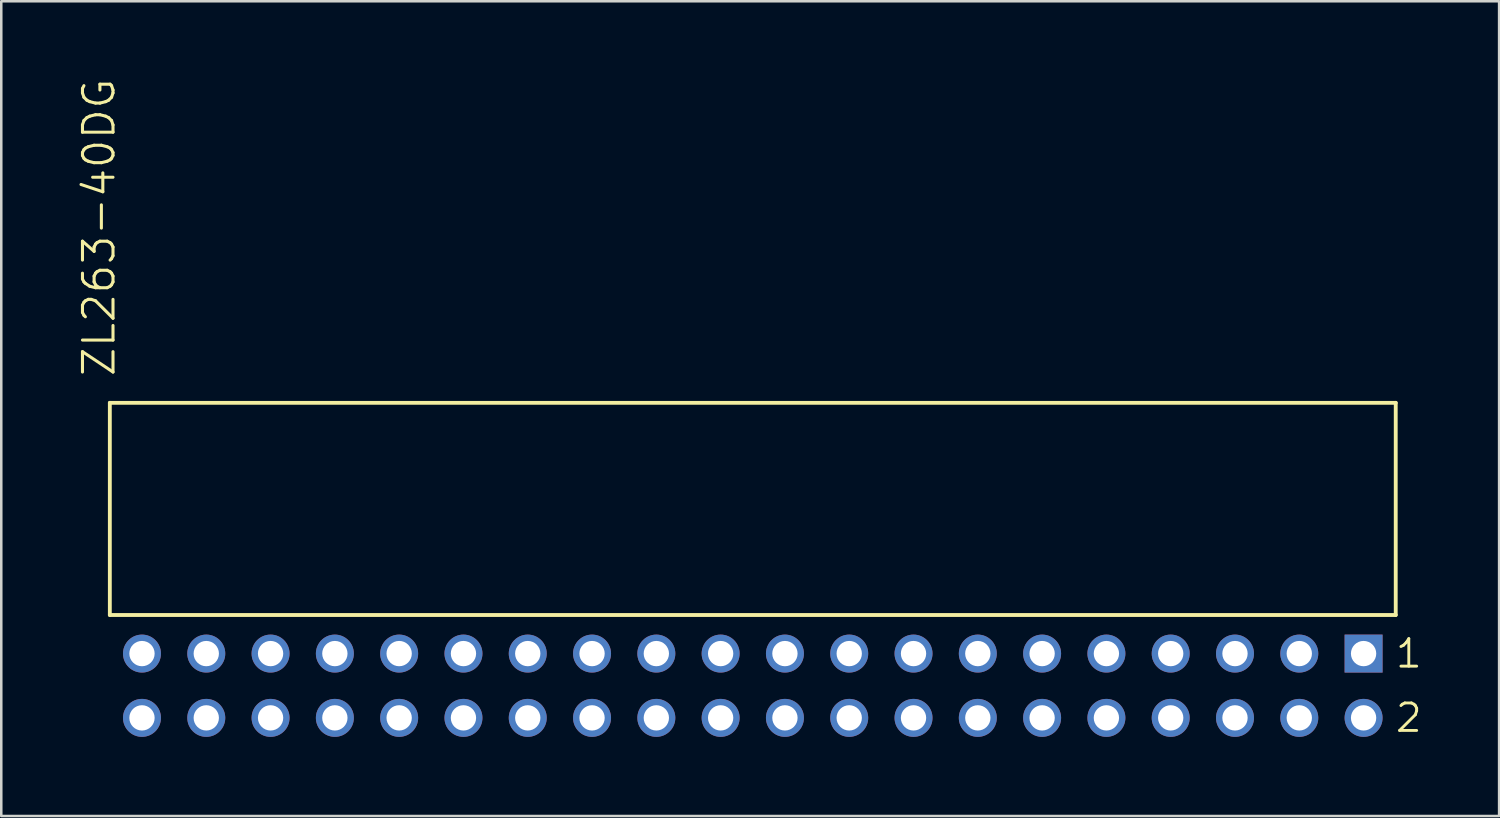
<source format=kicad_pcb>
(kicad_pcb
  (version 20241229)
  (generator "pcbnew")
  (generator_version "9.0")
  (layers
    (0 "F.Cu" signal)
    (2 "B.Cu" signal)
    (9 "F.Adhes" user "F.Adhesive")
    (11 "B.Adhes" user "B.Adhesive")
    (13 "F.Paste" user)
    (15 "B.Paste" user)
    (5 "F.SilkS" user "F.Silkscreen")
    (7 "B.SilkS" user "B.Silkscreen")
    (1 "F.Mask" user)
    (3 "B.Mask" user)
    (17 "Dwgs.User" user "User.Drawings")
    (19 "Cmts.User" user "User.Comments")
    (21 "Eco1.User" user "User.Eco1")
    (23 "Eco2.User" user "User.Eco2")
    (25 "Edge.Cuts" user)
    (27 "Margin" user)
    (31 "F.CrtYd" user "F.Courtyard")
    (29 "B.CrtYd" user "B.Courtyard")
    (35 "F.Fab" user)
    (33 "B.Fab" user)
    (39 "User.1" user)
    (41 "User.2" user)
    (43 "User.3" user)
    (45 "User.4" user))
  (footprint "ZL263-40DG"
    (layer "F.Cu")
    (at 2.559 25.31)
    (property "Reference" "ZL263-40DG" (at -0.991 -13.411 90) (layer "F.SilkS") (effects (font (size 1.206 1.206) (thickness 0.121)) (justify left bottom)))
    (attr through_hole)
    (fp_line (start -1.27 -12.446) (end -1.27 -4.064) (stroke (width 0.152) (type solid)) (layer "F.SilkS"))
    (fp_line (start -1.27 -4.064) (end 49.53 -4.064) (stroke (width 0.152) (type solid)) (layer "F.SilkS"))
    (fp_line (start 49.53 -12.446) (end -1.27 -12.446) (stroke (width 0.152) (type solid)) (layer "F.SilkS"))
    (fp_line (start 49.53 -4.064) (end 49.53 -12.446) (stroke (width 0.152) (type solid)) (layer "F.SilkS"))
    (fp_text user "1" (at 49.454 -1.905 0) (layer "F.SilkS") (effects (font (size 1.086 1.086) (thickness 0.114)) (justify left bottom)))
    (fp_text user "2" (at 49.454 0.635 0) (layer "F.SilkS") (effects (font (size 1.086 1.086) (thickness 0.114)) (justify left bottom)))
    (pad "1" thru_hole rect (at 48.26 -2.54) (size 1.5 1.5) (drill 1) (layers "*.Cu" "*.Mask"))
    (pad "2" thru_hole circle (at 48.26 0) (size 1.5 1.5) (drill 1) (layers "*.Cu" "*.Mask"))
    (pad "3" thru_hole circle (at 45.72 -2.54) (size 1.5 1.5) (drill 1) (layers "*.Cu" "*.Mask"))
    (pad "4" thru_hole circle (at 45.72 0) (size 1.5 1.5) (drill 1) (layers "*.Cu" "*.Mask"))
    (pad "5" thru_hole circle (at 43.18 -2.54) (size 1.5 1.5) (drill 1) (layers "*.Cu" "*.Mask"))
    (pad "6" thru_hole circle (at 43.18 0) (size 1.5 1.5) (drill 1) (layers "*.Cu" "*.Mask"))
    (pad "7" thru_hole circle (at 40.64 -2.54) (size 1.5 1.5) (drill 1) (layers "*.Cu" "*.Mask"))
    (pad "8" thru_hole circle (at 40.64 0) (size 1.5 1.5) (drill 1) (layers "*.Cu" "*.Mask"))
    (pad "9" thru_hole circle (at 38.1 -2.54) (size 1.5 1.5) (drill 1) (layers "*.Cu" "*.Mask"))
    (pad "10" thru_hole circle (at 38.1 0) (size 1.5 1.5) (drill 1) (layers "*.Cu" "*.Mask"))
    (pad "11" thru_hole circle (at 35.56 -2.54) (size 1.5 1.5) (drill 1) (layers "*.Cu" "*.Mask"))
    (pad "12" thru_hole circle (at 35.56 0) (size 1.5 1.5) (drill 1) (layers "*.Cu" "*.Mask"))
    (pad "13" thru_hole circle (at 33.02 -2.54) (size 1.5 1.5) (drill 1) (layers "*.Cu" "*.Mask"))
    (pad "14" thru_hole circle (at 33.02 0) (size 1.5 1.5) (drill 1) (layers "*.Cu" "*.Mask"))
    (pad "15" thru_hole circle (at 30.48 -2.54) (size 1.5 1.5) (drill 1) (layers "*.Cu" "*.Mask"))
    (pad "16" thru_hole circle (at 30.48 0) (size 1.5 1.5) (drill 1) (layers "*.Cu" "*.Mask"))
    (pad "17" thru_hole circle (at 27.94 -2.54) (size 1.5 1.5) (drill 1) (layers "*.Cu" "*.Mask"))
    (pad "18" thru_hole circle (at 27.94 0) (size 1.5 1.5) (drill 1) (layers "*.Cu" "*.Mask"))
    (pad "19" thru_hole circle (at 25.4 -2.54) (size 1.5 1.5) (drill 1) (layers "*.Cu" "*.Mask"))
    (pad "20" thru_hole circle (at 25.4 0) (size 1.5 1.5) (drill 1) (layers "*.Cu" "*.Mask"))
    (pad "21" thru_hole circle (at 22.86 -2.54) (size 1.5 1.5) (drill 1) (layers "*.Cu" "*.Mask"))
    (pad "22" thru_hole circle (at 22.86 0) (size 1.5 1.5) (drill 1) (layers "*.Cu" "*.Mask"))
    (pad "23" thru_hole circle (at 20.32 -2.54) (size 1.5 1.5) (drill 1) (layers "*.Cu" "*.Mask"))
    (pad "24" thru_hole circle (at 20.32 0) (size 1.5 1.5) (drill 1) (layers "*.Cu" "*.Mask"))
    (pad "25" thru_hole circle (at 17.78 -2.54) (size 1.5 1.5) (drill 1) (layers "*.Cu" "*.Mask"))
    (pad "26" thru_hole circle (at 17.78 0) (size 1.5 1.5) (drill 1) (layers "*.Cu" "*.Mask"))
    (pad "27" thru_hole circle (at 15.24 -2.54) (size 1.5 1.5) (drill 1) (layers "*.Cu" "*.Mask"))
    (pad "28" thru_hole circle (at 15.24 0) (size 1.5 1.5) (drill 1) (layers "*.Cu" "*.Mask"))
    (pad "29" thru_hole circle (at 12.7 -2.54) (size 1.5 1.5) (drill 1) (layers "*.Cu" "*.Mask"))
    (pad "30" thru_hole circle (at 12.7 0) (size 1.5 1.5) (drill 1) (layers "*.Cu" "*.Mask"))
    (pad "31" thru_hole circle (at 10.16 -2.54) (size 1.5 1.5) (drill 1) (layers "*.Cu" "*.Mask"))
    (pad "32" thru_hole circle (at 10.16 0) (size 1.5 1.5) (drill 1) (layers "*.Cu" "*.Mask"))
    (pad "33" thru_hole circle (at 7.62 -2.54) (size 1.5 1.5) (drill 1) (layers "*.Cu" "*.Mask"))
    (pad "34" thru_hole circle (at 7.62 0) (size 1.5 1.5) (drill 1) (layers "*.Cu" "*.Mask"))
    (pad "35" thru_hole circle (at 5.08 -2.54) (size 1.5 1.5) (drill 1) (layers "*.Cu" "*.Mask"))
    (pad "36" thru_hole circle (at 5.08 0) (size 1.5 1.5) (drill 1) (layers "*.Cu" "*.Mask"))
    (pad "37" thru_hole circle (at 2.54 -2.54) (size 1.5 1.5) (drill 1) (layers "*.Cu" "*.Mask"))
    (pad "38" thru_hole circle (at 2.54 0) (size 1.5 1.5) (drill 1) (layers "*.Cu" "*.Mask"))
    (pad "39" thru_hole circle (at 0 -2.54) (size 1.5 1.5) (drill 1) (layers "*.Cu" "*.Mask"))
    (pad "40" thru_hole circle (at 0 0) (size 1.5 1.5) (drill 1) (layers "*.Cu" "*.Mask")))
  (gr_rect
    (start -3 -3)
    (end 56.173 29.187)
    (stroke (width 0.1) (type default))
    (fill no)
    (layer "Edge.Cuts")))
</source>
